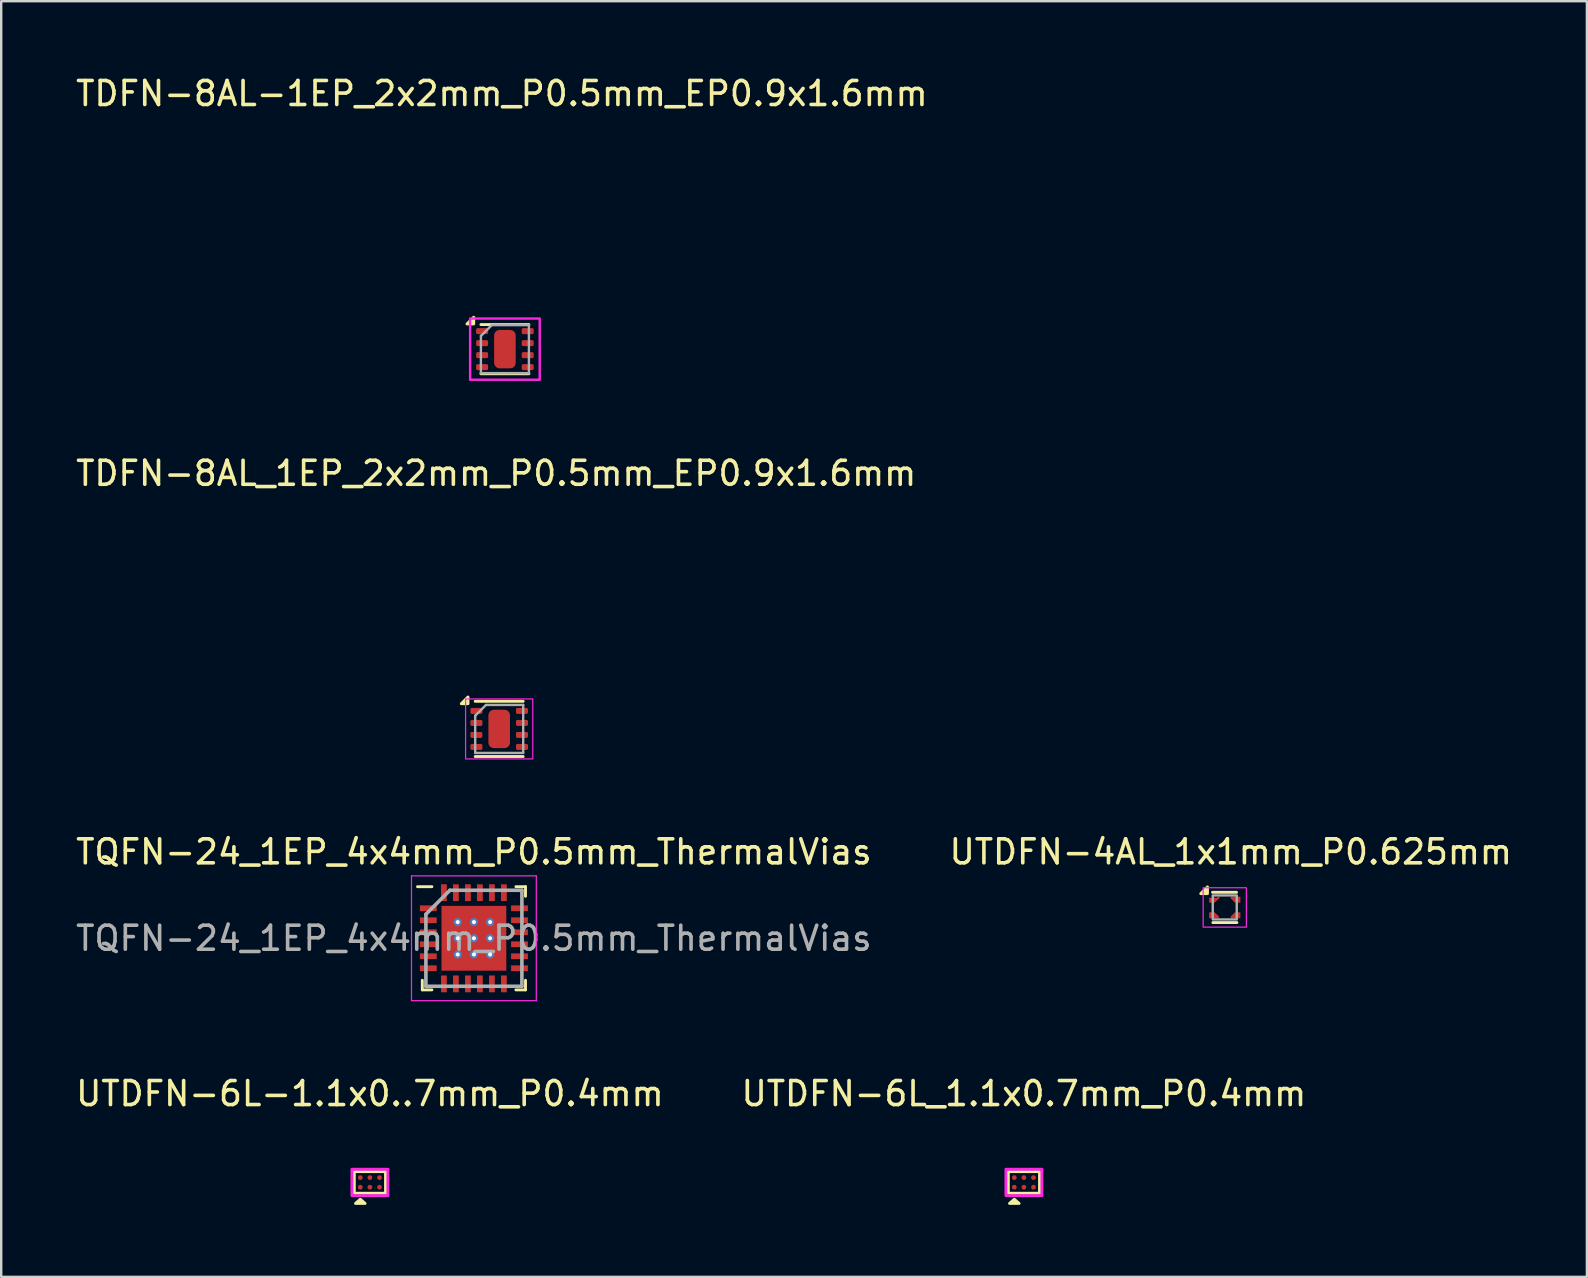
<source format=kicad_pcb>
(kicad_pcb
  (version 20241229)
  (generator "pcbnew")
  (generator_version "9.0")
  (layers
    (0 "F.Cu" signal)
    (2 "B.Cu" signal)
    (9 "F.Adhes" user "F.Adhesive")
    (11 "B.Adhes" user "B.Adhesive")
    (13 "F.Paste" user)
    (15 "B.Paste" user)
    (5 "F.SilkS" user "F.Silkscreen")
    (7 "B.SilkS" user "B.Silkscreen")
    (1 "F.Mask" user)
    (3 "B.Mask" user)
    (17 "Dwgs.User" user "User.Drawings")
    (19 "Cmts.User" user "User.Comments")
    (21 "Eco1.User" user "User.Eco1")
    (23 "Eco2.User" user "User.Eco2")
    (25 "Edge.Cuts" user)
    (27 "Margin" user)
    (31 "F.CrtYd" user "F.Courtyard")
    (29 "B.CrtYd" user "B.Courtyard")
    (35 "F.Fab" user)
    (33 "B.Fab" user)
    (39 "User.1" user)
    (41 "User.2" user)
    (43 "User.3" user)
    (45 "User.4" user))
  (footprint "UTDFN-6L-1.1x0..7mm_P0.4mm"
    (layer "F.Cu")
    (at 12.363 46.218)
    (property "Reference" "UTDFN-6L-1.1x0..7mm_P0.4mm" (at 0 -3.7 0) (unlocked yes) (layer "F.SilkS") (effects (font (size 1 1) (thickness 0.15))))
    (attr smd)
    (fp_rect (start -0.65 -0.45) (end 0.65 0.45) (stroke (width 0.12) (type default)) (fill no) (layer "F.SilkS"))
    (fp_poly (pts (xy -0.4 0.7) (xy -0.2 0.875) (xy -0.6 0.875) (xy -0.4 0.7)) (stroke (width 0.12) (type solid)) (fill yes) (layer "F.SilkS"))
    (fp_rect (start -0.75 -0.55) (end 0.75 0.55) (stroke (width 0.12) (type default)) (fill no) (layer "F.CrtYd"))
    (pad "1" smd circle (at -0.4 0.2) (size 0.2 0.2) (layers "F.Cu" "F.Mask" "F.Paste"))
    (pad "2" smd circle (at 0 0.2) (size 0.2 0.2) (layers "F.Cu" "F.Mask" "F.Paste"))
    (pad "3" smd circle (at 0.4 0.2) (size 0.2 0.2) (layers "F.Cu" "F.Mask" "F.Paste"))
    (pad "4" smd circle (at 0.4 -0.2) (size 0.2 0.2) (layers "F.Cu" "F.Mask" "F.Paste"))
    (pad "5" smd circle (at 0 -0.2) (size 0.2 0.2) (layers "F.Cu" "F.Mask" "F.Paste"))
    (pad "6" smd circle (at -0.4 -0.2) (size 0.2 0.2) (layers "F.Cu" "F.Mask" "F.Paste")))
  (footprint "UTDFN-6L_1.1x0.7mm_P0.4mm"
    (layer "F.Cu")
    (at 39.613 46.218)
    (property "Reference" "UTDFN-6L_1.1x0.7mm_P0.4mm" (at 0 -3.7 0) (unlocked yes) (layer "F.SilkS") (effects (font (size 1 1) (thickness 0.15))))
    (attr smd)
    (fp_rect (start -0.65 -0.45) (end 0.65 0.45) (stroke (width 0.12) (type default)) (fill no) (layer "F.SilkS"))
    (fp_poly (pts (xy -0.4 0.7) (xy -0.2 0.875) (xy -0.6 0.875) (xy -0.4 0.7)) (stroke (width 0.12) (type solid)) (fill yes) (layer "F.SilkS"))
    (fp_rect (start -0.75 -0.55) (end 0.75 0.55) (stroke (width 0.12) (type default)) (fill no) (layer "F.CrtYd"))
    (pad "1" smd circle (at -0.4 0.2) (size 0.2 0.2) (layers "F.Cu" "F.Mask" "F.Paste"))
    (pad "2" smd circle (at 0 0.2) (size 0.2 0.2) (layers "F.Cu" "F.Mask" "F.Paste"))
    (pad "3" smd circle (at 0.4 0.2) (size 0.2 0.2) (layers "F.Cu" "F.Mask" "F.Paste"))
    (pad "4" smd circle (at 0.4 -0.2) (size 0.2 0.2) (layers "F.Cu" "F.Mask" "F.Paste"))
    (pad "5" smd circle (at 0 -0.2) (size 0.2 0.2) (layers "F.Cu" "F.Mask" "F.Paste"))
    (pad "6" smd circle (at -0.4 -0.2) (size 0.2 0.2) (layers "F.Cu" "F.Mask" "F.Paste")))
  (footprint "TDFN-8AL-1EP_2x2mm_P0.5mm_EP0.9x1.6mm"
    (layer "F.Cu")
    (at 17.988 11.498)
    (property "Reference" "TDFN-8AL-1EP_2x2mm_P0.5mm_EP0.9x1.6mm" (at -0.125 -10.65 0) (unlocked yes) (layer "F.SilkS") (effects (font (size 1 1) (thickness 0.15))))
    (attr smd)
    (fp_line (start 1 -1.025) (end -1 -1.025) (stroke (width 0.12) (type default)) (layer "F.SilkS"))
    (fp_line (start 1 1.025) (end -1 1.025) (stroke (width 0.12) (type default)) (layer "F.SilkS"))
    (fp_poly (pts (xy -1.3 -1.05) (xy -1.58 -1.05) (xy -1.3 -1.33) (xy -1.3 -1.05)) (stroke (width 0.12) (type solid)) (fill yes) (layer "F.SilkS"))
    (fp_rect (start -1.45 -1.275) (end 1.45 1.275) (stroke (width 0.1) (type default)) (fill no) (layer "F.CrtYd"))
    (fp_line (start -1 -0.55) (end -1 1) (stroke (width 0.1) (type default)) (layer "F.Fab"))
    (fp_line (start -1 1) (end 1 1) (stroke (width 0.1) (type default)) (layer "F.Fab"))
    (fp_line (start -0.55 -1) (end -1 -0.55) (stroke (width 0.1) (type default)) (layer "F.Fab"))
    (fp_line (start 1 -1) (end -0.55 -1) (stroke (width 0.1) (type default)) (layer "F.Fab"))
    (fp_line (start 1 1) (end 1 -1) (stroke (width 0.1) (type default)) (layer "F.Fab"))
    (pad "1" smd roundrect (at -0.95 -0.75) (size 0.5 0.25) (layers "F.Cu" "F.Mask" "F.Paste") (roundrect_rratio 0.25))
    (pad "1" smd roundrect (at -0.95 -0.25) (size 0.5 0.25) (layers "F.Cu" "F.Mask" "F.Paste") (roundrect_rratio 0.25))
    (pad "3" smd roundrect (at -0.95 0.25) (size 0.5 0.25) (layers "F.Cu" "F.Mask" "F.Paste") (roundrect_rratio 0.25))
    (pad "4" smd roundrect (at -0.95 0.75) (size 0.5 0.25) (layers "F.Cu" "F.Mask" "F.Paste") (roundrect_rratio 0.25))
    (pad "5" smd roundrect (at 0.95 0.75) (size 0.5 0.25) (layers "F.Cu" "F.Mask" "F.Paste") (roundrect_rratio 0.25))
    (pad "6" smd roundrect (at 0.95 0.25) (size 0.5 0.25) (layers "F.Cu" "F.Mask" "F.Paste") (roundrect_rratio 0.25))
    (pad "7" smd roundrect (at 0.95 -0.25) (size 0.5 0.25) (layers "F.Cu" "F.Mask" "F.Paste") (roundrect_rratio 0.25))
    (pad "8" smd roundrect (at 0.95 -0.75) (size 0.5 0.25) (layers "F.Cu" "F.Mask" "F.Paste") (roundrect_rratio 0.25))
    (pad "9" smd roundrect (at 0 0) (size 0.9 1.6) (layers "F.Cu" "F.Mask" "F.Paste") (roundrect_rratio 0.25)))
  (footprint "TQFN-24_1EP_4x4mm_P0.5mm_ThermalVias"
    (layer "F.Cu")
    (at 16.696 36.045)
    (property "Reference" "TQFN-24_1EP_4x4mm_P0.5mm_ThermalVias" (at 0 -3.6 0) (unlocked yes) (layer "F.SilkS") (effects (font (size 1 1) (thickness 0.15))))
    (attr smd)
    (fp_line (start -2.15 2.15) (end -2.15 1.75) (stroke (width 0.12) (type default)) (layer "F.SilkS"))
    (fp_line (start -1.75 -2.15) (end -2.35 -2.15) (stroke (width 0.12) (type default)) (layer "F.SilkS"))
    (fp_line (start -1.75 2.15) (end -2.15 2.15) (stroke (width 0.12) (type default)) (layer "F.SilkS"))
    (fp_line (start 1.75 -2.15) (end 2.15 -2.15) (stroke (width 0.12) (type default)) (layer "F.SilkS"))
    (fp_line (start 1.75 2.15) (end 2.15 2.15) (stroke (width 0.12) (type default)) (layer "F.SilkS"))
    (fp_line (start 2.15 -2.15) (end 2.15 -1.75) (stroke (width 0.12) (type default)) (layer "F.SilkS"))
    (fp_line (start 2.15 2.15) (end 2.15 1.75) (stroke (width 0.12) (type default)) (layer "F.SilkS"))
    (fp_line (start -2.6 -2.6) (end 2.6 -2.6) (stroke (width 0.05) (type default)) (layer "F.CrtYd"))
    (fp_line (start -2.6 2.6) (end -2.6 -2.6) (stroke (width 0.05) (type default)) (layer "F.CrtYd"))
    (fp_line (start 2.6 -2.6) (end 2.6 2.6) (stroke (width 0.05) (type default)) (layer "F.CrtYd"))
    (fp_line (start 2.6 2.6) (end -2.6 2.6) (stroke (width 0.05) (type default)) (layer "F.CrtYd"))
    (fp_line (start -2 -1) (end -2 2) (stroke (width 0.15) (type default)) (layer "F.Fab"))
    (fp_line (start -2 2) (end 2 2) (stroke (width 0.15) (type default)) (layer "F.Fab"))
    (fp_line (start -1 -2) (end -2 -1) (stroke (width 0.15) (type default)) (layer "F.Fab"))
    (fp_line (start 2 -2) (end -1 -2) (stroke (width 0.15) (type default)) (layer "F.Fab"))
    (fp_line (start 2 2) (end 2 -2) (stroke (width 0.15) (type default)) (layer "F.Fab"))
    (fp_text user "${REFERENCE}" (at 0 0 0) (layer "F.Fab") (effects (font (size 1 1) (thickness 0.15))))
    (pad "" smd rect (at -1.012 -1.012) (size 0.000001 0.000001) (layers "F.Paste"))
    (pad "" smd rect (at -1.012 -0.338) (size 0.000001 0.000001) (layers "F.Paste"))
    (pad "" smd rect (at -1.012 0.338) (size 0.000001 0.000001) (layers "F.Paste"))
    (pad "" smd rect (at -1.012 1.012) (size 0.000001 0.000001) (layers "F.Paste"))
    (pad "" smd rect (at -0.338 -1.012) (size 0.000001 0.000001) (layers "F.Paste"))
    (pad "" smd rect (at -0.338 -0.338) (size 0.000001 0.000001) (layers "F.Paste"))
    (pad "" smd rect (at -0.338 0.338) (size 0.000001 0.000001) (layers "F.Paste"))
    (pad "" smd rect (at -0.338 1.012) (size 0.000001 0.000001) (layers "F.Paste"))
    (pad "" smd rect (at 0.338 -1.012) (size 0.000001 0.000001) (layers "F.Paste"))
    (pad "" smd rect (at 0.338 -0.338) (size 0.000001 0.000001) (layers "F.Paste"))
    (pad "" smd rect (at 0.338 0.338) (size 0.000001 0.000001) (layers "F.Paste"))
    (pad "" smd rect (at 0.338 1.012) (size 0.000001 0.000001) (layers "F.Paste"))
    (pad "" smd rect (at 1.012 -1.012) (size 0.000001 0.000001) (layers "F.Paste"))
    (pad "" smd rect (at 1.012 -0.338) (size 0.000001 0.000001) (layers "F.Paste"))
    (pad "" smd rect (at 1.012 0.338) (size 0.000001 0.000001) (layers "F.Paste"))
    (pad "" smd rect (at 1.012 1.012) (size 0.000001 0.000001) (layers "F.Paste"))
    (pad "1" smd rect (at -1.9 -1.25 90) (size 0.24 0.7) (layers "F.Cu" "F.Mask" "F.Paste"))
    (pad "2" smd rect (at -1.9 -0.75 90) (size 0.24 0.7) (layers "F.Cu" "F.Mask" "F.Paste"))
    (pad "3" smd rect (at -1.9 -0.25 90) (size 0.24 0.7) (layers "F.Cu" "F.Mask" "F.Paste"))
    (pad "4" smd rect (at -1.9 0.25 90) (size 0.24 0.7) (layers "F.Cu" "F.Mask" "F.Paste"))
    (pad "5" smd rect (at -1.9 0.75 90) (size 0.24 0.7) (layers "F.Cu" "F.Mask" "F.Paste"))
    (pad "6" smd rect (at -1.9 1.25 90) (size 0.24 0.7) (layers "F.Cu" "F.Mask" "F.Paste"))
    (pad "7" smd rect (at -1.25 1.9) (size 0.24 0.7) (layers "F.Cu" "F.Mask" "F.Paste"))
    (pad "8" smd rect (at -0.75 1.9) (size 0.24 0.7) (layers "F.Cu" "F.Mask" "F.Paste"))
    (pad "9" smd rect (at -0.25 1.9) (size 0.24 0.7) (layers "F.Cu" "F.Mask" "F.Paste"))
    (pad "10" smd rect (at 0.25 1.9) (size 0.24 0.7) (layers "F.Cu" "F.Mask" "F.Paste"))
    (pad "11" smd rect (at 0.75 1.9) (size 0.24 0.7) (layers "F.Cu" "F.Mask" "F.Paste"))
    (pad "12" smd rect (at 1.25 1.9) (size 0.24 0.7) (layers "F.Cu" "F.Mask" "F.Paste"))
    (pad "13" smd rect (at 1.9 1.25 90) (size 0.24 0.7) (layers "F.Cu" "F.Mask" "F.Paste"))
    (pad "14" smd rect (at 1.9 0.75 90) (size 0.24 0.7) (layers "F.Cu" "F.Mask" "F.Paste"))
    (pad "15" smd rect (at 1.9 0.25 90) (size 0.24 0.7) (layers "F.Cu" "F.Mask" "F.Paste"))
    (pad "16" smd rect (at 1.9 -0.25 90) (size 0.24 0.7) (layers "F.Cu" "F.Mask" "F.Paste"))
    (pad "17" smd rect (at 1.9 -0.75 90) (size 0.24 0.7) (layers "F.Cu" "F.Mask" "F.Paste"))
    (pad "18" smd rect (at 1.9 -1.25 90) (size 0.24 0.7) (layers "F.Cu" "F.Mask" "F.Paste"))
    (pad "19" smd rect (at 1.25 -1.9) (size 0.24 0.7) (layers "F.Cu" "F.Mask" "F.Paste"))
    (pad "20" smd rect (at 0.75 -1.9) (size 0.24 0.7) (layers "F.Cu" "F.Mask" "F.Paste"))
    (pad "21" smd rect (at 0.25 -1.9) (size 0.24 0.7) (layers "F.Cu" "F.Mask" "F.Paste"))
    (pad "22" smd rect (at -0.25 -1.9) (size 0.24 0.7) (layers "F.Cu" "F.Mask" "F.Paste"))
    (pad "23" smd rect (at -0.75 -1.9) (size 0.24 0.7) (layers "F.Cu" "F.Mask" "F.Paste"))
    (pad "24" smd rect (at -1.25 -1.9) (size 0.24 0.7) (layers "F.Cu" "F.Mask" "F.Paste"))
    (pad "25" thru_hole circle (at -0.675 -0.675) (size 0.338 0.338) (drill 0.169) (property pad_prop_heatsink) (layers "*.Cu" "*.Mask"))
    (pad "25" thru_hole circle (at -0.675 0) (size 0.338 0.338) (drill 0.169) (property pad_prop_heatsink) (layers "*.Cu" "*.Mask"))
    (pad "25" thru_hole circle (at -0.675 0.675) (size 0.338 0.338) (drill 0.169) (property pad_prop_heatsink) (layers "*.Cu" "*.Mask"))
    (pad "25" thru_hole circle (at 0 -0.675) (size 0.338 0.338) (drill 0.169) (property pad_prop_heatsink) (layers "*.Cu" "*.Mask"))
    (pad "25" thru_hole circle (at 0 0) (size 0.338 0.338) (drill 0.169) (property pad_prop_heatsink) (layers "*.Cu" "*.Mask"))
    (pad "25" smd rect (at 0 0) (size 2.7 2.7) (layers "F.Cu" "F.Mask"))
    (pad "25" thru_hole circle (at 0 0.675) (size 0.338 0.338) (drill 0.169) (property pad_prop_heatsink) (layers "*.Cu" "*.Mask"))
    (pad "25" thru_hole circle (at 0.675 -0.675) (size 0.338 0.338) (drill 0.169) (property pad_prop_heatsink) (layers "*.Cu" "*.Mask"))
    (pad "25" thru_hole circle (at 0.675 0) (size 0.338 0.338) (drill 0.169) (property pad_prop_heatsink) (layers "*.Cu" "*.Mask"))
    (pad "25" thru_hole circle (at 0.675 0.675) (size 0.338 0.338) (drill 0.169) (property pad_prop_heatsink) (layers "*.Cu" "*.Mask")))
  (footprint "TDFN-8AL_1EP_2x2mm_P0.5mm_EP0.9x1.6mm"
    (layer "F.Cu")
    (at 17.75 27.322)
    (property "Reference" "TDFN-8AL_1EP_2x2mm_P0.5mm_EP0.9x1.6mm" (at -0.125 -10.65 0) (unlocked yes) (layer "F.SilkS") (effects (font (size 1 1) (thickness 0.15))))
    (attr smd)
    (fp_line (start 1 -1.15) (end -1 -1.15) (stroke (width 0.12) (type default)) (layer "F.SilkS"))
    (fp_line (start 1 1.15) (end -1 1.15) (stroke (width 0.12) (type default)) (layer "F.SilkS"))
    (fp_poly (pts (xy -1.3 -1.05) (xy -1.58 -1.05) (xy -1.3 -1.33) (xy -1.3 -1.05)) (stroke (width 0.12) (type solid)) (fill yes) (layer "F.SilkS"))
    (fp_rect (start -1.4 -1.25) (end 1.4 1.25) (stroke (width 0.05) (type default)) (fill no) (layer "F.CrtYd"))
    (fp_line (start -1 -0.55) (end -1 1) (stroke (width 0.1) (type default)) (layer "F.Fab"))
    (fp_line (start -1 1) (end 1 1) (stroke (width 0.1) (type default)) (layer "F.Fab"))
    (fp_line (start -0.55 -1) (end -1 -0.55) (stroke (width 0.1) (type default)) (layer "F.Fab"))
    (fp_line (start 1 -1) (end -0.55 -1) (stroke (width 0.1) (type default)) (layer "F.Fab"))
    (fp_line (start 1 1) (end 1 -1) (stroke (width 0.1) (type default)) (layer "F.Fab"))
    (pad "" smd rect (at 0 -0.4) (size 0.45 0.55) (layers "F.Paste"))
    (pad "" smd rect (at 0 0.4) (size 0.45 0.55) (layers "F.Paste"))
    (pad "1" smd roundrect (at -0.95 -0.75) (size 0.5 0.25) (layers "F.Cu" "F.Mask" "F.Paste") (roundrect_rratio 0.25))
    (pad "2" smd roundrect (at -0.95 -0.25) (size 0.5 0.25) (layers "F.Cu" "F.Mask" "F.Paste") (roundrect_rratio 0.25))
    (pad "3" smd roundrect (at -0.95 0.25) (size 0.5 0.25) (layers "F.Cu" "F.Mask" "F.Paste") (roundrect_rratio 0.25))
    (pad "4" smd roundrect (at -0.95 0.75) (size 0.5 0.25) (layers "F.Cu" "F.Mask" "F.Paste") (roundrect_rratio 0.25))
    (pad "5" smd roundrect (at 0.95 0.75) (size 0.5 0.25) (layers "F.Cu" "F.Mask" "F.Paste") (roundrect_rratio 0.25))
    (pad "6" smd roundrect (at 0.95 0.25) (size 0.5 0.25) (layers "F.Cu" "F.Mask" "F.Paste") (roundrect_rratio 0.25))
    (pad "7" smd roundrect (at 0.95 -0.25) (size 0.5 0.25) (layers "F.Cu" "F.Mask" "F.Paste") (roundrect_rratio 0.25))
    (pad "8" smd roundrect (at 0.95 -0.75) (size 0.5 0.25) (layers "F.Cu" "F.Mask" "F.Paste") (roundrect_rratio 0.25))
    (pad "9" smd roundrect (at 0 0) (size 0.9 1.6) (layers "F.Cu" "F.Mask") (roundrect_rratio 0.25)))
  (footprint "UTDFN-4AL_1x1mm_P0.625mm"
    (layer "F.Cu")
    (at 47.982 34.76)
    (property "Reference" "UTDFN-4AL_1x1mm_P0.625mm" (at 0.25 -2.315 0) (unlocked yes) (layer "F.SilkS") (effects (font (size 1 1) (thickness 0.15))))
    (attr smd)
    (fp_line (start -0.51 -0.63) (end 0.49 -0.63) (stroke (width 0.12) (type default)) (layer "F.SilkS"))
    (fp_line (start -0.495 0.63) (end 0.505 0.63) (stroke (width 0.12) (type default)) (layer "F.SilkS"))
    (fp_poly (pts (xy -0.72 -0.575) (xy -1 -0.575) (xy -0.72 -0.855) (xy -0.72 -0.575)) (stroke (width 0.12) (type solid)) (fill yes) (layer "F.SilkS"))
    (fp_rect (start -0.9 -0.82) (end 0.9 0.82) (stroke (width 0.05) (type default)) (fill no) (layer "F.CrtYd"))
    (fp_rect (start -0.5 -0.5) (end 0.5 0.5) (stroke (width 0.1) (type default)) (fill no) (layer "F.Fab"))
    (pad "1" smd custom (at -0.54 -0.3) (size 0.22 0.205) (layers "F.Cu" "F.Mask" "F.Paste") (options (anchor rect)) (primitives (gr_poly (pts (xy 0.08 -0.09) (xy 0.245 -0.09) (xy 0.245 -0.125) (xy 0.31 -0.125) (xy 0.31 -0.097) (xy 0.105 0.09) (xy 0.08 0.09)) (width 0.025) (fill yes))))
    (pad "2" smd custom (at -0.54 0.325) (size 0.22 0.25) (layers "F.Cu" "F.Mask" "F.Paste") (options (anchor rect)) (primitives (gr_poly (pts (xy 0.1 0.1) (xy 0.27 0.1) (xy 0.27 0.06) (xy 0.105 -0.1) (xy 0.1 -0.1)) (width 0.05) (fill yes))))
    (pad "3" smd custom (at 0.54 0.325) (size 0.22 0.25) (layers "F.Cu" "F.Mask" "F.Paste") (options (anchor rect)) (primitives (gr_poly (pts (xy -0.1 0.1) (xy -0.27 0.1) (xy -0.27 0.06) (xy -0.105 -0.1) (xy -0.1 -0.1)) (width 0.05) (fill yes))))
    (pad "4" smd custom (at 0.54 -0.325) (size 0.22 0.25) (layers "F.Cu" "F.Mask" "F.Paste") (options (anchor rect)) (primitives (gr_poly (pts (xy -0.1 -0.1) (xy -0.27 -0.1) (xy -0.27 -0.06) (xy -0.105 0.1) (xy -0.1 0.1)) (width 0.05) (fill yes)))))
  (gr_rect
    (start -3 -3)
    (end 63.071 50.153)
    (stroke (width 0.1) (type default))
    (fill no)
    (layer "Edge.Cuts")))
</source>
